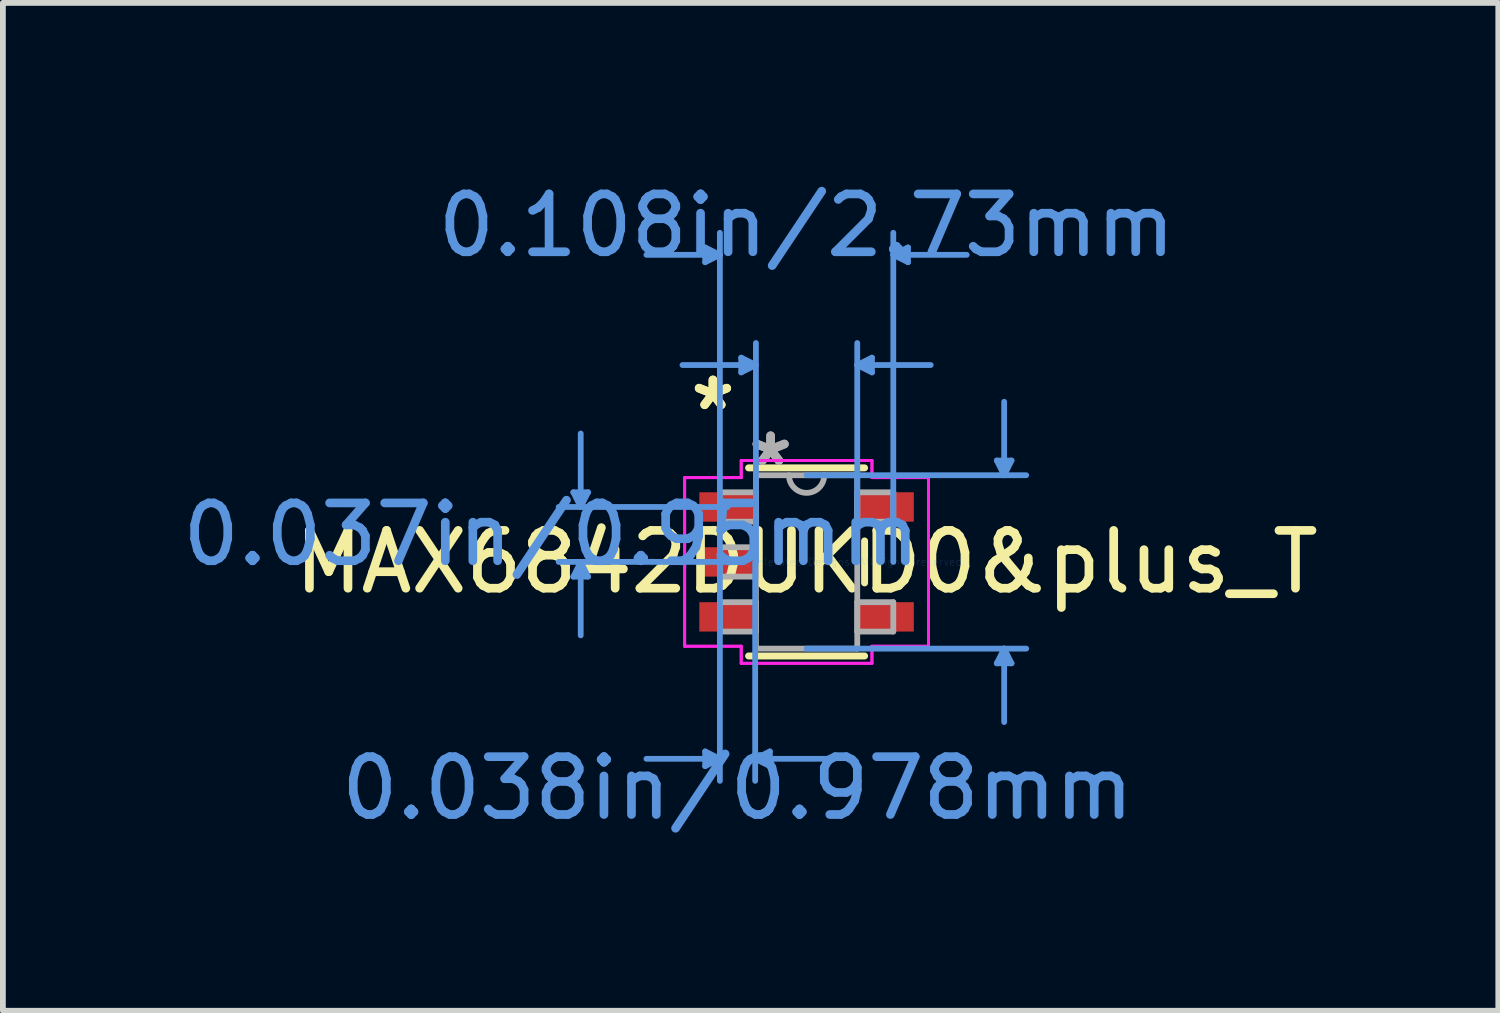
<source format=kicad_pcb>
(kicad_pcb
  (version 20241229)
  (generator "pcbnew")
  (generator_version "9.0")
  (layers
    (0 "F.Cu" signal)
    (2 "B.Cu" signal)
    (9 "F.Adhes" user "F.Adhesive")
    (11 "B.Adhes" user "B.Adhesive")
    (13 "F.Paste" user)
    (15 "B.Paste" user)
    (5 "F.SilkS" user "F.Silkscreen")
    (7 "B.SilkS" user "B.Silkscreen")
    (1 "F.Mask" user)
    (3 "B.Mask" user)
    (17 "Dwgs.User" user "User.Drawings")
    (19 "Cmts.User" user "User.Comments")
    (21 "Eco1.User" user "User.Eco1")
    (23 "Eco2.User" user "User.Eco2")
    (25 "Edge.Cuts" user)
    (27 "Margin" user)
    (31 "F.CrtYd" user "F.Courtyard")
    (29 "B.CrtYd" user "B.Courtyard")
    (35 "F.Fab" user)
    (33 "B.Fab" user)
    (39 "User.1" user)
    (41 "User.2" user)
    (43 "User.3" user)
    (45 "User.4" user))
  (footprint "MAX6842DUKD0&plus_T"
    (layer "F.Cu")
    (at 10.895 6.665)
    (property "Reference" "MAX6842DUKD0&plus_T" (at 0 0 0) (layer "F.SilkS") (effects (font (size 1 1) (thickness 0.15))))
    (attr through_hole)
    (fp_line (start -1.003 1.626) (end 1.003 1.626) (stroke (width 0.12) (type solid)) (layer "F.SilkS"))
    (fp_line (start 1.003 -1.626) (end -1.003 -1.626) (stroke (width 0.12) (type solid)) (layer "F.SilkS"))
    (fp_line (start 1.003 0.363) (end 1.003 -0.363) (stroke (width 0.12) (type solid)) (layer "F.SilkS"))
    (fp_line (start -4.032 -1.204) (end -3.778 -1.204) (stroke (width 0.1) (type solid)) (layer "Cmts.User"))
    (fp_line (start -4.032 0.254) (end -3.778 0.254) (stroke (width 0.1) (type solid)) (layer "Cmts.User"))
    (fp_line (start -3.905 -0.95) (end -4.032 -1.204) (stroke (width 0.1) (type solid)) (layer "Cmts.User"))
    (fp_line (start -3.905 -0.95) (end -3.905 -2.22) (stroke (width 0.1) (type solid)) (layer "Cmts.User"))
    (fp_line (start -3.905 -0.95) (end -3.778 -1.204) (stroke (width 0.1) (type solid)) (layer "Cmts.User"))
    (fp_line (start -3.905 0) (end -4.032 0.254) (stroke (width 0.1) (type solid)) (layer "Cmts.User"))
    (fp_line (start -3.905 0) (end -3.905 1.27) (stroke (width 0.1) (type solid)) (layer "Cmts.User"))
    (fp_line (start -3.905 0) (end -3.778 0.254) (stroke (width 0.1) (type solid)) (layer "Cmts.User"))
    (fp_line (start -1.753 -5.436) (end -1.753 -5.182) (stroke (width 0.1) (type solid)) (layer "Cmts.User"))
    (fp_line (start -1.753 3.277) (end -1.753 3.531) (stroke (width 0.1) (type solid)) (layer "Cmts.User"))
    (fp_line (start -1.499 -5.309) (end -2.769 -5.309) (stroke (width 0.1) (type solid)) (layer "Cmts.User"))
    (fp_line (start -1.499 -5.309) (end -1.753 -5.436) (stroke (width 0.1) (type solid)) (layer "Cmts.User"))
    (fp_line (start -1.499 -5.309) (end -1.753 -5.182) (stroke (width 0.1) (type solid)) (layer "Cmts.User"))
    (fp_line (start -1.499 0) (end -1.499 -5.69) (stroke (width 0.1) (type solid)) (layer "Cmts.User"))
    (fp_line (start -1.499 0) (end -1.499 3.785) (stroke (width 0.1) (type solid)) (layer "Cmts.User"))
    (fp_line (start -1.499 3.404) (end -2.769 3.404) (stroke (width 0.1) (type solid)) (layer "Cmts.User"))
    (fp_line (start -1.499 3.404) (end -1.753 3.277) (stroke (width 0.1) (type solid)) (layer "Cmts.User"))
    (fp_line (start -1.499 3.404) (end -1.753 3.531) (stroke (width 0.1) (type solid)) (layer "Cmts.User"))
    (fp_line (start -1.365 -0.95) (end -4.286 -0.95) (stroke (width 0.1) (type solid)) (layer "Cmts.User"))
    (fp_line (start -1.365 0) (end -4.286 0) (stroke (width 0.1) (type solid)) (layer "Cmts.User"))
    (fp_line (start -1.13 -3.531) (end -1.13 -3.277) (stroke (width 0.1) (type solid)) (layer "Cmts.User"))
    (fp_line (start -0.889 0) (end -0.889 3.785) (stroke (width 0.1) (type solid)) (layer "Cmts.User"))
    (fp_line (start -0.889 3.404) (end -0.635 3.277) (stroke (width 0.1) (type solid)) (layer "Cmts.User"))
    (fp_line (start -0.889 3.404) (end -0.635 3.531) (stroke (width 0.1) (type solid)) (layer "Cmts.User"))
    (fp_line (start -0.889 3.404) (end 0.381 3.404) (stroke (width 0.1) (type solid)) (layer "Cmts.User"))
    (fp_line (start -0.876 -3.404) (end -2.146 -3.404) (stroke (width 0.1) (type solid)) (layer "Cmts.User"))
    (fp_line (start -0.876 -3.404) (end -1.13 -3.531) (stroke (width 0.1) (type solid)) (layer "Cmts.User"))
    (fp_line (start -0.876 -3.404) (end -1.13 -3.277) (stroke (width 0.1) (type solid)) (layer "Cmts.User"))
    (fp_line (start -0.876 0) (end -0.876 -3.785) (stroke (width 0.1) (type solid)) (layer "Cmts.User"))
    (fp_line (start -0.635 3.277) (end -0.635 3.531) (stroke (width 0.1) (type solid)) (layer "Cmts.User"))
    (fp_line (start 0 -1.499) (end 3.797 -1.499) (stroke (width 0.1) (type solid)) (layer "Cmts.User"))
    (fp_line (start 0 1.499) (end 3.797 1.499) (stroke (width 0.1) (type solid)) (layer "Cmts.User"))
    (fp_line (start 0.876 -3.404) (end 1.13 -3.531) (stroke (width 0.1) (type solid)) (layer "Cmts.User"))
    (fp_line (start 0.876 -3.404) (end 1.13 -3.277) (stroke (width 0.1) (type solid)) (layer "Cmts.User"))
    (fp_line (start 0.876 -3.404) (end 2.146 -3.404) (stroke (width 0.1) (type solid)) (layer "Cmts.User"))
    (fp_line (start 0.876 0) (end 0.876 -3.785) (stroke (width 0.1) (type solid)) (layer "Cmts.User"))
    (fp_line (start 1.13 -3.531) (end 1.13 -3.277) (stroke (width 0.1) (type solid)) (layer "Cmts.User"))
    (fp_line (start 1.499 -5.309) (end 1.753 -5.436) (stroke (width 0.1) (type solid)) (layer "Cmts.User"))
    (fp_line (start 1.499 -5.309) (end 1.753 -5.182) (stroke (width 0.1) (type solid)) (layer "Cmts.User"))
    (fp_line (start 1.499 -5.309) (end 2.769 -5.309) (stroke (width 0.1) (type solid)) (layer "Cmts.User"))
    (fp_line (start 1.499 0) (end 1.499 -5.69) (stroke (width 0.1) (type solid)) (layer "Cmts.User"))
    (fp_line (start 1.753 -5.436) (end 1.753 -5.182) (stroke (width 0.1) (type solid)) (layer "Cmts.User"))
    (fp_line (start 3.289 -1.753) (end 3.543 -1.753) (stroke (width 0.1) (type solid)) (layer "Cmts.User"))
    (fp_line (start 3.289 1.753) (end 3.543 1.753) (stroke (width 0.1) (type solid)) (layer "Cmts.User"))
    (fp_line (start 3.416 -1.499) (end 3.289 -1.753) (stroke (width 0.1) (type solid)) (layer "Cmts.User"))
    (fp_line (start 3.416 -1.499) (end 3.416 -2.769) (stroke (width 0.1) (type solid)) (layer "Cmts.User"))
    (fp_line (start 3.416 -1.499) (end 3.543 -1.753) (stroke (width 0.1) (type solid)) (layer "Cmts.User"))
    (fp_line (start 3.416 1.499) (end 3.289 1.753) (stroke (width 0.1) (type solid)) (layer "Cmts.User"))
    (fp_line (start 3.416 1.499) (end 3.416 2.769) (stroke (width 0.1) (type solid)) (layer "Cmts.User"))
    (fp_line (start 3.416 1.499) (end 3.543 1.753) (stroke (width 0.1) (type solid)) (layer "Cmts.User"))
    (fp_line (start -2.108 -1.458) (end -1.13 -1.458) (stroke (width 0.05) (type solid)) (layer "F.CrtYd"))
    (fp_line (start -2.108 -1.458) (end -1.13 -1.458) (stroke (width 0.05) (type solid)) (layer "F.CrtYd"))
    (fp_line (start -2.108 1.458) (end -2.108 -1.458) (stroke (width 0.05) (type solid)) (layer "F.CrtYd"))
    (fp_line (start -2.108 1.458) (end -2.108 -1.458) (stroke (width 0.05) (type solid)) (layer "F.CrtYd"))
    (fp_line (start -1.13 -1.753) (end 1.13 -1.753) (stroke (width 0.05) (type solid)) (layer "F.CrtYd"))
    (fp_line (start -1.13 -1.753) (end 1.13 -1.753) (stroke (width 0.05) (type solid)) (layer "F.CrtYd"))
    (fp_line (start -1.13 -1.458) (end -1.13 -1.753) (stroke (width 0.05) (type solid)) (layer "F.CrtYd"))
    (fp_line (start -1.13 -1.458) (end -1.13 -1.753) (stroke (width 0.05) (type solid)) (layer "F.CrtYd"))
    (fp_line (start -1.13 1.458) (end -2.108 1.458) (stroke (width 0.05) (type solid)) (layer "F.CrtYd"))
    (fp_line (start -1.13 1.458) (end -2.108 1.458) (stroke (width 0.05) (type solid)) (layer "F.CrtYd"))
    (fp_line (start -1.13 1.753) (end -1.13 1.458) (stroke (width 0.05) (type solid)) (layer "F.CrtYd"))
    (fp_line (start -1.13 1.753) (end -1.13 1.458) (stroke (width 0.05) (type solid)) (layer "F.CrtYd"))
    (fp_line (start 1.13 -1.753) (end 1.13 -1.458) (stroke (width 0.05) (type solid)) (layer "F.CrtYd"))
    (fp_line (start 1.13 -1.753) (end 1.13 -1.458) (stroke (width 0.05) (type solid)) (layer "F.CrtYd"))
    (fp_line (start 1.13 -1.458) (end 2.108 -1.458) (stroke (width 0.05) (type solid)) (layer "F.CrtYd"))
    (fp_line (start 1.13 -1.458) (end 2.108 -1.458) (stroke (width 0.05) (type solid)) (layer "F.CrtYd"))
    (fp_line (start 1.13 1.458) (end 1.13 1.753) (stroke (width 0.05) (type solid)) (layer "F.CrtYd"))
    (fp_line (start 1.13 1.458) (end 1.13 1.753) (stroke (width 0.05) (type solid)) (layer "F.CrtYd"))
    (fp_line (start 1.13 1.753) (end -1.13 1.753) (stroke (width 0.05) (type solid)) (layer "F.CrtYd"))
    (fp_line (start 1.13 1.753) (end -1.13 1.753) (stroke (width 0.05) (type solid)) (layer "F.CrtYd"))
    (fp_line (start 2.108 -1.458) (end 2.108 1.458) (stroke (width 0.05) (type solid)) (layer "F.CrtYd"))
    (fp_line (start 2.108 -1.458) (end 2.108 1.458) (stroke (width 0.05) (type solid)) (layer "F.CrtYd"))
    (fp_line (start 2.108 1.458) (end 1.13 1.458) (stroke (width 0.05) (type solid)) (layer "F.CrtYd"))
    (fp_line (start 2.108 1.458) (end 1.13 1.458) (stroke (width 0.05) (type solid)) (layer "F.CrtYd"))
    (fp_line (start -1.499 -1.204) (end -1.499 -0.696) (stroke (width 0.1) (type solid)) (layer "F.Fab"))
    (fp_line (start -1.499 -0.696) (end -0.876 -0.696) (stroke (width 0.1) (type solid)) (layer "F.Fab"))
    (fp_line (start -1.499 -0.254) (end -1.499 0.254) (stroke (width 0.1) (type solid)) (layer "F.Fab"))
    (fp_line (start -1.499 0.254) (end -0.876 0.254) (stroke (width 0.1) (type solid)) (layer "F.Fab"))
    (fp_line (start -1.499 0.696) (end -1.499 1.204) (stroke (width 0.1) (type solid)) (layer "F.Fab"))
    (fp_line (start -1.499 1.204) (end -0.876 1.204) (stroke (width 0.1) (type solid)) (layer "F.Fab"))
    (fp_line (start -0.876 -1.499) (end -0.876 1.499) (stroke (width 0.1) (type solid)) (layer "F.Fab"))
    (fp_line (start -0.876 -1.204) (end -1.499 -1.204) (stroke (width 0.1) (type solid)) (layer "F.Fab"))
    (fp_line (start -0.876 -0.696) (end -0.876 -1.204) (stroke (width 0.1) (type solid)) (layer "F.Fab"))
    (fp_line (start -0.876 -0.254) (end -1.499 -0.254) (stroke (width 0.1) (type solid)) (layer "F.Fab"))
    (fp_line (start -0.876 0.254) (end -0.876 -0.254) (stroke (width 0.1) (type solid)) (layer "F.Fab"))
    (fp_line (start -0.876 0.696) (end -1.499 0.696) (stroke (width 0.1) (type solid)) (layer "F.Fab"))
    (fp_line (start -0.876 1.204) (end -0.876 0.696) (stroke (width 0.1) (type solid)) (layer "F.Fab"))
    (fp_line (start -0.876 1.499) (end 0.876 1.499) (stroke (width 0.1) (type solid)) (layer "F.Fab"))
    (fp_line (start 0.876 -1.499) (end -0.876 -1.499) (stroke (width 0.1) (type solid)) (layer "F.Fab"))
    (fp_line (start 0.876 -1.204) (end 0.876 -0.696) (stroke (width 0.1) (type solid)) (layer "F.Fab"))
    (fp_line (start 0.876 -0.696) (end 1.499 -0.696) (stroke (width 0.1) (type solid)) (layer "F.Fab"))
    (fp_line (start 0.876 0.696) (end 0.876 1.204) (stroke (width 0.1) (type solid)) (layer "F.Fab"))
    (fp_line (start 0.876 1.204) (end 1.499 1.204) (stroke (width 0.1) (type solid)) (layer "F.Fab"))
    (fp_line (start 0.876 1.499) (end 0.876 -1.499) (stroke (width 0.1) (type solid)) (layer "F.Fab"))
    (fp_line (start 1.499 -1.204) (end 0.876 -1.204) (stroke (width 0.1) (type solid)) (layer "F.Fab"))
    (fp_line (start 1.499 -0.696) (end 1.499 -1.204) (stroke (width 0.1) (type solid)) (layer "F.Fab"))
    (fp_line (start 1.499 0.696) (end 0.876 0.696) (stroke (width 0.1) (type solid)) (layer "F.Fab"))
    (fp_line (start 1.499 1.204) (end 1.499 0.696) (stroke (width 0.1) (type solid)) (layer "F.Fab"))
    (fp_arc (start 0.3048 -1.4986) (mid 0 -1.1938) (end -0.3048 -1.4986) (stroke (width 0.1) (type solid)) (layer "F.Fab"))
    (fp_text user "*" (at -1.619 -2.601 0) (layer "F.SilkS") (effects (font (size 1 1) (thickness 0.15))))
    (fp_text user "*" (at -1.619 -2.601 0) (layer "F.SilkS") (effects (font (size 1 1) (thickness 0.15))))
    (fp_text user "0.037in/0.95mm" (at -4.413 -0.475 0) (layer "Cmts.User") (effects (font (size 1 1) (thickness 0.15))))
    (fp_text user "0.038in/0.978mm" (at -1.194 3.912 0) (layer "Cmts.User") (effects (font (size 1 1) (thickness 0.15))))
    (fp_text user "Copyright 2021 Accelerated Designs. All rights reserved." (at 0 0 0) (layer "Cmts.User") (effects (font (size 0.127 0.127) (thickness 0.002))))
    (fp_text user "0.108in/2.73mm" (at 0 -5.817 0) (layer "Cmts.User") (effects (font (size 1 1) (thickness 0.15))))
    (fp_text user "*" (at -0.622 -1.636 0) (layer "F.Fab") (effects (font (size 1 1) (thickness 0.15))))
    (fp_text user "*" (at -0.622 -1.636 0) (layer "F.Fab") (effects (font (size 1 1) (thickness 0.15))))
    (pad "1" smd rect (at -1.365 -0.95) (size 0.978 0.508) (layers "F.Cu" "F.Mask" "F.Paste"))
    (pad "2" smd rect (at -1.365 0) (size 0.978 0.508) (layers "F.Cu" "F.Mask" "F.Paste"))
    (pad "3" smd rect (at -1.365 0.95) (size 0.978 0.508) (layers "F.Cu" "F.Mask" "F.Paste"))
    (pad "4" smd rect (at 1.365 0.95) (size 0.978 0.508) (layers "F.Cu" "F.Mask" "F.Paste"))
    (pad "5" smd rect (at 1.365 -0.95) (size 0.978 0.508) (layers "F.Cu" "F.Mask" "F.Paste")))
  (gr_rect
    (start -3 -3)
    (end 22.854 14.425)
    (stroke (width 0.1) (type default))
    (fill no)
    (layer "Edge.Cuts")))
</source>
